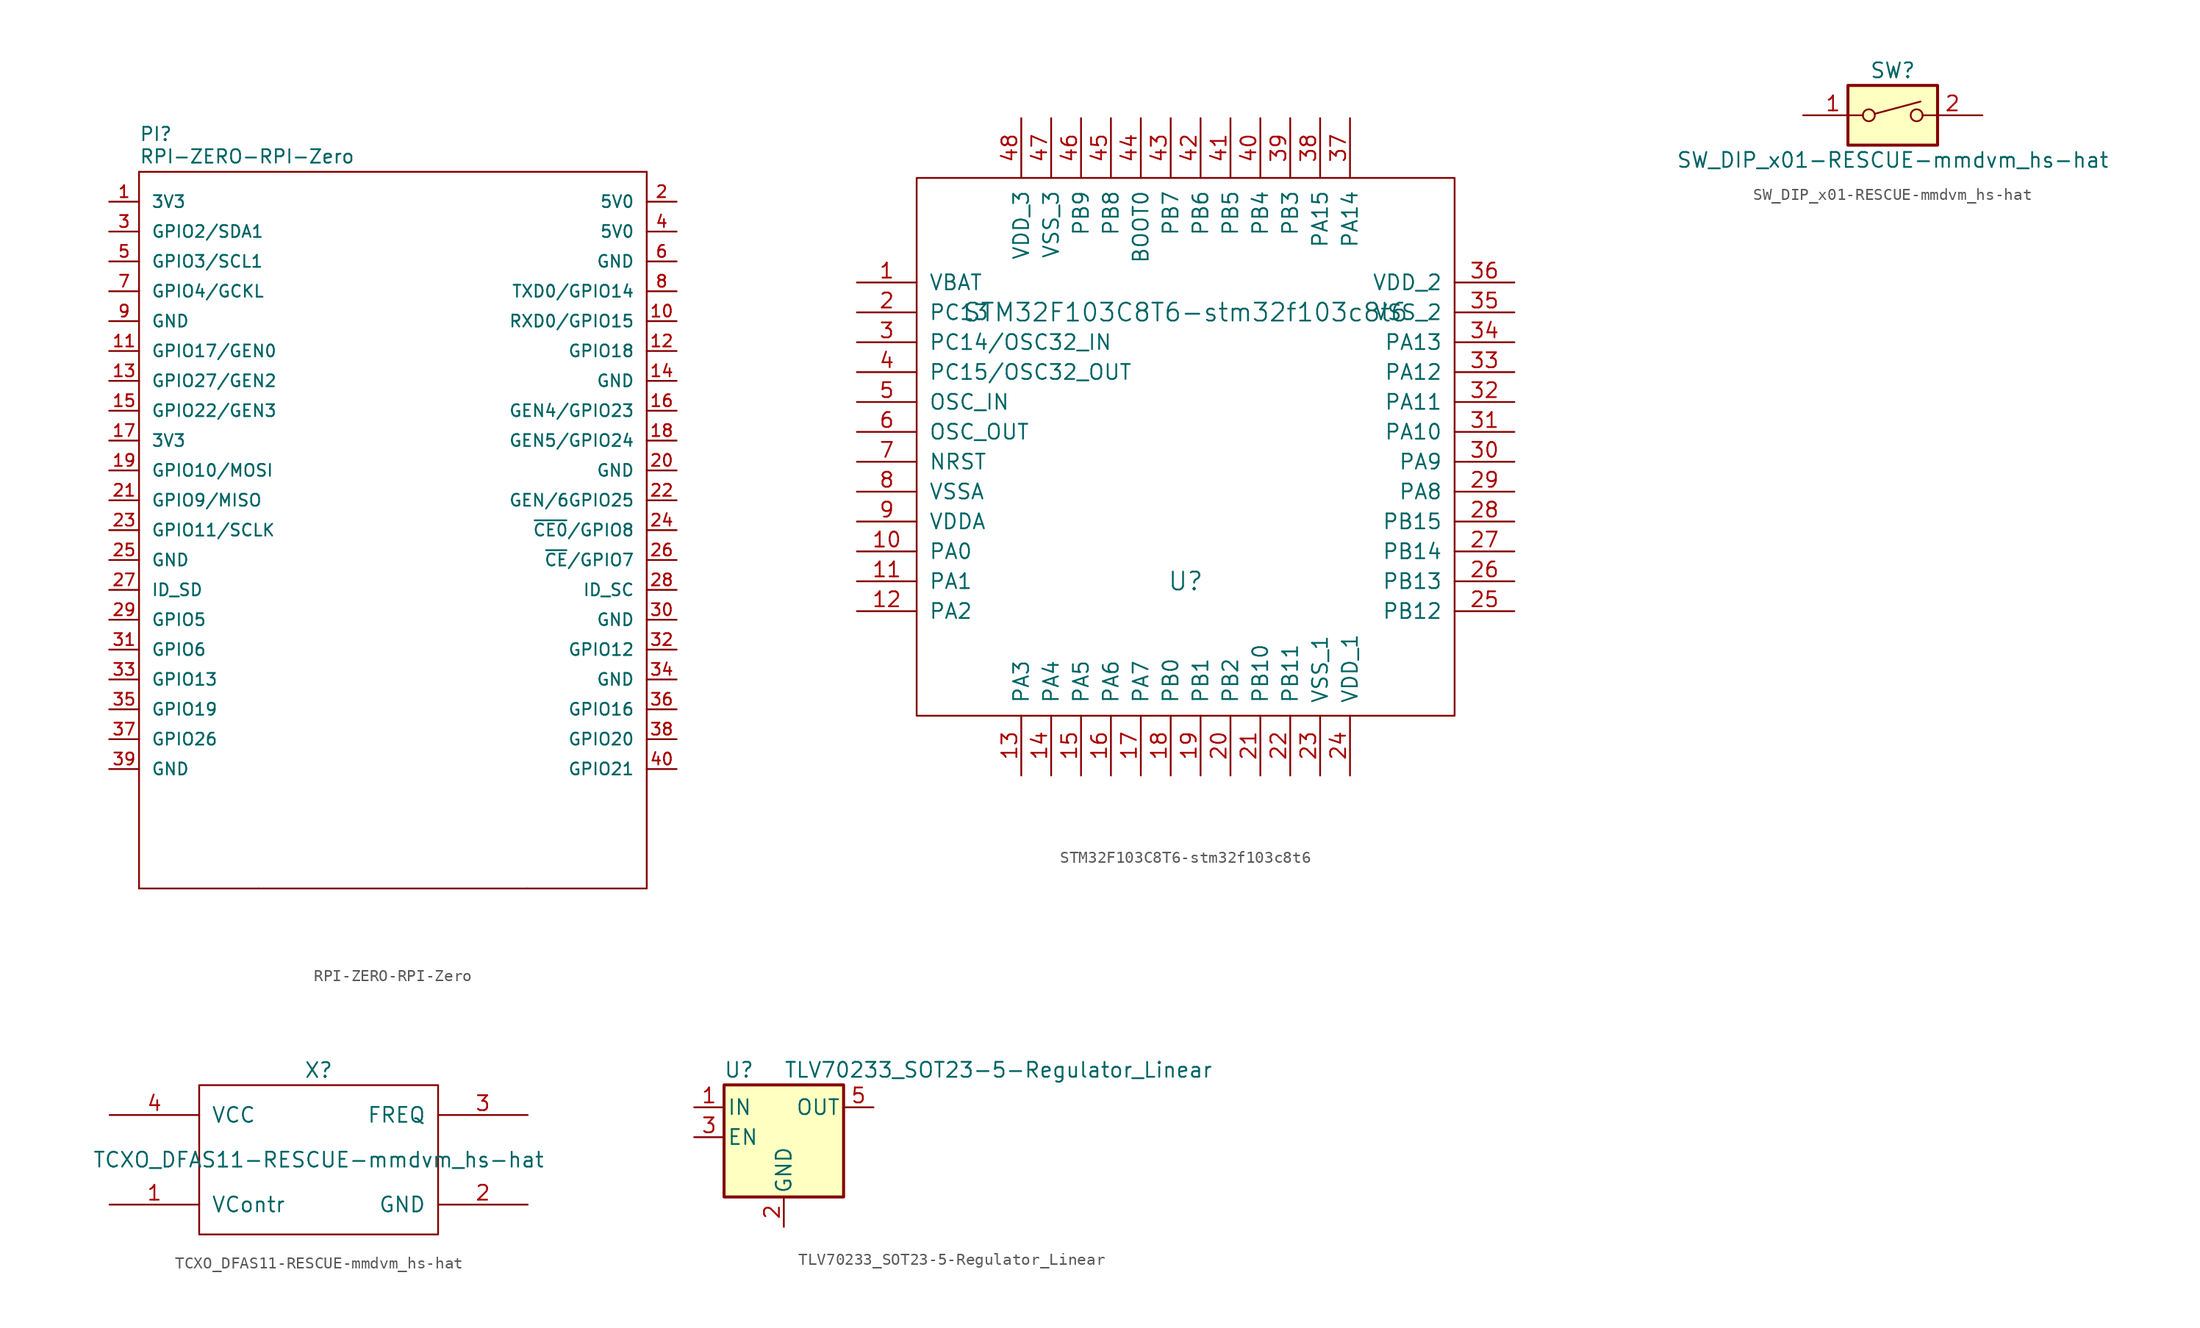
<source format=kicad_sym>
(kicad_symbol_lib
  (version 20220914)
  (generator kicad_symbol_editor)
  (symbol "RPI-ZERO-RPI-Zero"
    (pin_names
      (offset 1.016))
    (property "Reference" "PI"
      (at -20.32 35.56 0)
      (effects (font (size 1.143 1.143)) (justify left bottom)))
    (property "Value" "RPI-ZERO-RPI-Zero"
      (at -20.32 33.655 0)
      (effects (font (size 1.143 1.143)) (justify left bottom)))
    (property "ki_locked" ""
      (at 0 0 0)
      (effects (font (size 1.27 1.27))))
    (symbol "RPI-ZERO-RPI-Zero_1_0"
      (polyline (pts (xy -20.32 -27.94) (xy -20.32 33.02)) (stroke (width 0) (type solid)) (fill (type none)))
      (polyline (pts (xy -20.32 33.02) (xy 22.86 33.02)) (stroke (width 0) (type solid)) (fill (type none)))
      (polyline (pts (xy -10.16 -27.94) (xy -20.32 -27.94)) (stroke (width 0) (type solid)) (fill (type none)))
      (polyline (pts (xy 12.7 -27.94) (xy -10.16 -27.94)) (stroke (width 0) (type solid)) (fill (type none)))
      (polyline (pts (xy 22.86 -27.94) (xy 12.7 -27.94)) (stroke (width 0) (type solid)) (fill (type none)))
      (polyline (pts (xy 22.86 33.02) (xy 22.86 -27.94)) (stroke (width 0) (type solid)) (fill (type none))))
    (symbol "RPI-ZERO-RPI-Zero_1_1"
      (pin power_out line (at -22.86 30.48 0) (length 2.54) (name "3V3" (effects (font (size 1.016 1.016)))) (number "1" (effects (font (size 1.016 1.016)))))
      (pin bidirectional line (at 25.4 20.32 180) (length 2.54) (name "RXD0/GPIO15" (effects (font (size 1.016 1.016)))) (number "10" (effects (font (size 1.016 1.016)))))
      (pin bidirectional line (at -22.86 17.78 0) (length 2.54) (name "GPIO17/GEN0" (effects (font (size 1.016 1.016)))) (number "11" (effects (font (size 1.016 1.016)))))
      (pin bidirectional line (at 25.4 17.78 180) (length 2.54) (name "GPIO18" (effects (font (size 1.016 1.016)))) (number "12" (effects (font (size 1.016 1.016)))))
      (pin bidirectional line (at -22.86 15.24 0) (length 2.54) (name "GPIO27/GEN2" (effects (font (size 1.016 1.016)))) (number "13" (effects (font (size 1.016 1.016)))))
      (pin power_out line (at 25.4 15.24 180) (length 2.54) (name "GND" (effects (font (size 1.016 1.016)))) (number "14" (effects (font (size 1.016 1.016)))))
      (pin bidirectional line (at -22.86 12.7 0) (length 2.54) (name "GPIO22/GEN3" (effects (font (size 1.016 1.016)))) (number "15" (effects (font (size 1.016 1.016)))))
      (pin bidirectional line (at 25.4 12.7 180) (length 2.54) (name "GEN4/GPIO23" (effects (font (size 1.016 1.016)))) (number "16" (effects (font (size 1.016 1.016)))))
      (pin power_out line (at -22.86 10.16 0) (length 2.54) (name "3V3" (effects (font (size 1.016 1.016)))) (number "17" (effects (font (size 1.016 1.016)))))
      (pin bidirectional line (at 25.4 10.16 180) (length 2.54) (name "GEN5/GPIO24" (effects (font (size 1.016 1.016)))) (number "18" (effects (font (size 1.016 1.016)))))
      (pin bidirectional line (at -22.86 7.62 0) (length 2.54) (name "GPIO10/MOSI" (effects (font (size 1.016 1.016)))) (number "19" (effects (font (size 1.016 1.016)))))
      (pin power_out line (at 25.4 30.48 180) (length 2.54) (name "5V0" (effects (font (size 1.016 1.016)))) (number "2" (effects (font (size 1.016 1.016)))))
      (pin power_out line (at 25.4 7.62 180) (length 2.54) (name "GND" (effects (font (size 1.016 1.016)))) (number "20" (effects (font (size 1.016 1.016)))))
      (pin bidirectional line (at -22.86 5.08 0) (length 2.54) (name "GPIO9/MISO" (effects (font (size 1.016 1.016)))) (number "21" (effects (font (size 1.016 1.016)))))
      (pin bidirectional line (at 25.4 5.08 180) (length 2.54) (name "GEN/6GPIO25" (effects (font (size 1.016 1.016)))) (number "22" (effects (font (size 1.016 1.016)))))
      (pin bidirectional line (at -22.86 2.54 0) (length 2.54) (name "GPIO11/SCLK" (effects (font (size 1.016 1.016)))) (number "23" (effects (font (size 1.016 1.016)))))
      (pin bidirectional line (at 25.4 2.54 180) (length 2.54) (name "~{CE0}/GPIO8" (effects (font (size 1.016 1.016)))) (number "24" (effects (font (size 1.016 1.016)))))
      (pin power_out line (at -22.86 0 0) (length 2.54) (name "GND" (effects (font (size 1.016 1.016)))) (number "25" (effects (font (size 1.016 1.016)))))
      (pin bidirectional line (at 25.4 0 180) (length 2.54) (name "~{CE}/GPIO7" (effects (font (size 1.016 1.016)))) (number "26" (effects (font (size 1.016 1.016)))))
      (pin bidirectional line (at -22.86 -2.54 0) (length 2.54) (name "ID_SD" (effects (font (size 1.016 1.016)))) (number "27" (effects (font (size 1.016 1.016)))))
      (pin bidirectional line (at 25.4 -2.54 180) (length 2.54) (name "ID_SC" (effects (font (size 1.016 1.016)))) (number "28" (effects (font (size 1.016 1.016)))))
      (pin bidirectional line (at -22.86 -5.08 0) (length 2.54) (name "GPIO5" (effects (font (size 1.016 1.016)))) (number "29" (effects (font (size 1.016 1.016)))))
      (pin bidirectional line (at -22.86 27.94 0) (length 2.54) (name "GPIO2/SDA1" (effects (font (size 1.016 1.016)))) (number "3" (effects (font (size 1.016 1.016)))))
      (pin power_out line (at 25.4 -5.08 180) (length 2.54) (name "GND" (effects (font (size 1.016 1.016)))) (number "30" (effects (font (size 1.016 1.016)))))
      (pin bidirectional line (at -22.86 -7.62 0) (length 2.54) (name "GPIO6" (effects (font (size 1.016 1.016)))) (number "31" (effects (font (size 1.016 1.016)))))
      (pin bidirectional line (at 25.4 -7.62 180) (length 2.54) (name "GPIO12" (effects (font (size 1.016 1.016)))) (number "32" (effects (font (size 1.016 1.016)))))
      (pin bidirectional line (at -22.86 -10.16 0) (length 2.54) (name "GPIO13" (effects (font (size 1.016 1.016)))) (number "33" (effects (font (size 1.016 1.016)))))
      (pin power_out line (at 25.4 -10.16 180) (length 2.54) (name "GND" (effects (font (size 1.016 1.016)))) (number "34" (effects (font (size 1.016 1.016)))))
      (pin bidirectional line (at -22.86 -12.7 0) (length 2.54) (name "GPIO19" (effects (font (size 1.016 1.016)))) (number "35" (effects (font (size 1.016 1.016)))))
      (pin bidirectional line (at 25.4 -12.7 180) (length 2.54) (name "GPIO16" (effects (font (size 1.016 1.016)))) (number "36" (effects (font (size 1.016 1.016)))))
      (pin bidirectional line (at -22.86 -15.24 0) (length 2.54) (name "GPIO26" (effects (font (size 1.016 1.016)))) (number "37" (effects (font (size 1.016 1.016)))))
      (pin bidirectional line (at 25.4 -15.24 180) (length 2.54) (name "GPIO20" (effects (font (size 1.016 1.016)))) (number "38" (effects (font (size 1.016 1.016)))))
      (pin power_out line (at -22.86 -17.78 0) (length 2.54) (name "GND" (effects (font (size 1.016 1.016)))) (number "39" (effects (font (size 1.016 1.016)))))
      (pin power_out line (at 25.4 27.94 180) (length 2.54) (name "5V0" (effects (font (size 1.016 1.016)))) (number "4" (effects (font (size 1.016 1.016)))))
      (pin bidirectional line (at 25.4 -17.78 180) (length 2.54) (name "GPIO21" (effects (font (size 1.016 1.016)))) (number "40" (effects (font (size 1.016 1.016)))))
      (pin bidirectional line (at -22.86 25.4 0) (length 2.54) (name "GPIO3/SCL1" (effects (font (size 1.016 1.016)))) (number "5" (effects (font (size 1.016 1.016)))))
      (pin power_out line (at 25.4 25.4 180) (length 2.54) (name "GND" (effects (font (size 1.016 1.016)))) (number "6" (effects (font (size 1.016 1.016)))))
      (pin bidirectional line (at -22.86 22.86 0) (length 2.54) (name "GPIO4/GCKL" (effects (font (size 1.016 1.016)))) (number "7" (effects (font (size 1.016 1.016)))))
      (pin bidirectional line (at 25.4 22.86 180) (length 2.54) (name "TXD0/GPIO14" (effects (font (size 1.016 1.016)))) (number "8" (effects (font (size 1.016 1.016)))))
      (pin power_out line (at -22.86 20.32 0) (length 2.54) (name "GND" (effects (font (size 1.016 1.016)))) (number "9" (effects (font (size 1.016 1.016)))))))
  (symbol "STM32F103C8T6-stm32f103c8t6"
    (pin_names
      (offset 1.016))
    (property "Reference" "U"
      (at 0 -11.43 0)
      (effects (font (size 1.524 1.524))))
    (property "Value" "STM32F103C8T6-stm32f103c8t6"
      (at 0 11.43 0)
      (effects (font (size 1.524 1.524))))
    (symbol "STM32F103C8T6-stm32f103c8t6_0_1"
      (rectangle (start -22.86 22.86) (end 22.86 -22.86) (stroke (width 0) (type solid)) (fill (type none))))
    (symbol "STM32F103C8T6-stm32f103c8t6_1_1"
      (pin input line (at -27.94 13.97 0) (length 5.08) (name "VBAT" (effects (font (size 1.27 1.27)))) (number "1" (effects (font (size 1.27 1.27)))))
      (pin input line (at -27.94 -8.89 0) (length 5.08) (name "PA0" (effects (font (size 1.27 1.27)))) (number "10" (effects (font (size 1.27 1.27)))))
      (pin input line (at -27.94 -11.43 0) (length 5.08) (name "PA1" (effects (font (size 1.27 1.27)))) (number "11" (effects (font (size 1.27 1.27)))))
      (pin input line (at -27.94 -13.97 0) (length 5.08) (name "PA2" (effects (font (size 1.27 1.27)))) (number "12" (effects (font (size 1.27 1.27)))))
      (pin input line (at -13.97 -27.94 90) (length 5.08) (name "PA3" (effects (font (size 1.27 1.27)))) (number "13" (effects (font (size 1.27 1.27)))))
      (pin input line (at -11.43 -27.94 90) (length 5.08) (name "PA4" (effects (font (size 1.27 1.27)))) (number "14" (effects (font (size 1.27 1.27)))))
      (pin input line (at -8.89 -27.94 90) (length 5.08) (name "PA5" (effects (font (size 1.27 1.27)))) (number "15" (effects (font (size 1.27 1.27)))))
      (pin input line (at -6.35 -27.94 90) (length 5.08) (name "PA6" (effects (font (size 1.27 1.27)))) (number "16" (effects (font (size 1.27 1.27)))))
      (pin input line (at -3.81 -27.94 90) (length 5.08) (name "PA7" (effects (font (size 1.27 1.27)))) (number "17" (effects (font (size 1.27 1.27)))))
      (pin input line (at -1.27 -27.94 90) (length 5.08) (name "PB0" (effects (font (size 1.27 1.27)))) (number "18" (effects (font (size 1.27 1.27)))))
      (pin input line (at 1.27 -27.94 90) (length 5.08) (name "PB1" (effects (font (size 1.27 1.27)))) (number "19" (effects (font (size 1.27 1.27)))))
      (pin input line (at -27.94 11.43 0) (length 5.08) (name "PC13" (effects (font (size 1.27 1.27)))) (number "2" (effects (font (size 1.27 1.27)))))
      (pin input line (at 3.81 -27.94 90) (length 5.08) (name "PB2" (effects (font (size 1.27 1.27)))) (number "20" (effects (font (size 1.27 1.27)))))
      (pin input line (at 6.35 -27.94 90) (length 5.08) (name "PB10" (effects (font (size 1.27 1.27)))) (number "21" (effects (font (size 1.27 1.27)))))
      (pin input line (at 8.89 -27.94 90) (length 5.08) (name "PB11" (effects (font (size 1.27 1.27)))) (number "22" (effects (font (size 1.27 1.27)))))
      (pin input line (at 11.43 -27.94 90) (length 5.08) (name "VSS_1" (effects (font (size 1.27 1.27)))) (number "23" (effects (font (size 1.27 1.27)))))
      (pin input line (at 13.97 -27.94 90) (length 5.08) (name "VDD_1" (effects (font (size 1.27 1.27)))) (number "24" (effects (font (size 1.27 1.27)))))
      (pin input line (at 27.94 -13.97 180) (length 5.08) (name "PB12" (effects (font (size 1.27 1.27)))) (number "25" (effects (font (size 1.27 1.27)))))
      (pin input line (at 27.94 -11.43 180) (length 5.08) (name "PB13" (effects (font (size 1.27 1.27)))) (number "26" (effects (font (size 1.27 1.27)))))
      (pin input line (at 27.94 -8.89 180) (length 5.08) (name "PB14" (effects (font (size 1.27 1.27)))) (number "27" (effects (font (size 1.27 1.27)))))
      (pin input line (at 27.94 -6.35 180) (length 5.08) (name "PB15" (effects (font (size 1.27 1.27)))) (number "28" (effects (font (size 1.27 1.27)))))
      (pin input line (at 27.94 -3.81 180) (length 5.08) (name "PA8" (effects (font (size 1.27 1.27)))) (number "29" (effects (font (size 1.27 1.27)))))
      (pin input line (at -27.94 8.89 0) (length 5.08) (name "PC14/OSC32_IN" (effects (font (size 1.27 1.27)))) (number "3" (effects (font (size 1.27 1.27)))))
      (pin input line (at 27.94 -1.27 180) (length 5.08) (name "PA9" (effects (font (size 1.27 1.27)))) (number "30" (effects (font (size 1.27 1.27)))))
      (pin input line (at 27.94 1.27 180) (length 5.08) (name "PA10" (effects (font (size 1.27 1.27)))) (number "31" (effects (font (size 1.27 1.27)))))
      (pin input line (at 27.94 3.81 180) (length 5.08) (name "PA11" (effects (font (size 1.27 1.27)))) (number "32" (effects (font (size 1.27 1.27)))))
      (pin input line (at 27.94 6.35 180) (length 5.08) (name "PA12" (effects (font (size 1.27 1.27)))) (number "33" (effects (font (size 1.27 1.27)))))
      (pin input line (at 27.94 8.89 180) (length 5.08) (name "PA13" (effects (font (size 1.27 1.27)))) (number "34" (effects (font (size 1.27 1.27)))))
      (pin input line (at 27.94 11.43 180) (length 5.08) (name "VSS_2" (effects (font (size 1.27 1.27)))) (number "35" (effects (font (size 1.27 1.27)))))
      (pin input line (at 27.94 13.97 180) (length 5.08) (name "VDD_2" (effects (font (size 1.27 1.27)))) (number "36" (effects (font (size 1.27 1.27)))))
      (pin input line (at 13.97 27.94 270) (length 5.08) (name "PA14" (effects (font (size 1.27 1.27)))) (number "37" (effects (font (size 1.27 1.27)))))
      (pin input line (at 11.43 27.94 270) (length 5.08) (name "PA15" (effects (font (size 1.27 1.27)))) (number "38" (effects (font (size 1.27 1.27)))))
      (pin input line (at 8.89 27.94 270) (length 5.08) (name "PB3" (effects (font (size 1.27 1.27)))) (number "39" (effects (font (size 1.27 1.27)))))
      (pin input line (at -27.94 6.35 0) (length 5.08) (name "PC15/OSC32_OUT" (effects (font (size 1.27 1.27)))) (number "4" (effects (font (size 1.27 1.27)))))
      (pin input line (at 6.35 27.94 270) (length 5.08) (name "PB4" (effects (font (size 1.27 1.27)))) (number "40" (effects (font (size 1.27 1.27)))))
      (pin input line (at 3.81 27.94 270) (length 5.08) (name "PB5" (effects (font (size 1.27 1.27)))) (number "41" (effects (font (size 1.27 1.27)))))
      (pin input line (at 1.27 27.94 270) (length 5.08) (name "PB6" (effects (font (size 1.27 1.27)))) (number "42" (effects (font (size 1.27 1.27)))))
      (pin input line (at -1.27 27.94 270) (length 5.08) (name "PB7" (effects (font (size 1.27 1.27)))) (number "43" (effects (font (size 1.27 1.27)))))
      (pin input line (at -3.81 27.94 270) (length 5.08) (name "BOOT0" (effects (font (size 1.27 1.27)))) (number "44" (effects (font (size 1.27 1.27)))))
      (pin input line (at -6.35 27.94 270) (length 5.08) (name "PB8" (effects (font (size 1.27 1.27)))) (number "45" (effects (font (size 1.27 1.27)))))
      (pin input line (at -8.89 27.94 270) (length 5.08) (name "PB9" (effects (font (size 1.27 1.27)))) (number "46" (effects (font (size 1.27 1.27)))))
      (pin input line (at -11.43 27.94 270) (length 5.08) (name "VSS_3" (effects (font (size 1.27 1.27)))) (number "47" (effects (font (size 1.27 1.27)))))
      (pin input line (at -13.97 27.94 270) (length 5.08) (name "VDD_3" (effects (font (size 1.27 1.27)))) (number "48" (effects (font (size 1.27 1.27)))))
      (pin input line (at -27.94 3.81 0) (length 5.08) (name "OSC_IN" (effects (font (size 1.27 1.27)))) (number "5" (effects (font (size 1.27 1.27)))))
      (pin input line (at -27.94 1.27 0) (length 5.08) (name "OSC_OUT" (effects (font (size 1.27 1.27)))) (number "6" (effects (font (size 1.27 1.27)))))
      (pin input line (at -27.94 -1.27 0) (length 5.08) (name "NRST" (effects (font (size 1.27 1.27)))) (number "7" (effects (font (size 1.27 1.27)))))
      (pin input line (at -27.94 -3.81 0) (length 5.08) (name "VSSA" (effects (font (size 1.27 1.27)))) (number "8" (effects (font (size 1.27 1.27)))))
      (pin input line (at -27.94 -6.35 0) (length 5.08) (name "VDDA" (effects (font (size 1.27 1.27)))) (number "9" (effects (font (size 1.27 1.27)))))))
  (symbol "SW_DIP_x01-RESCUE-mmdvm_hs-hat"
    (pin_names
      (offset 0) hide)
    (property "Reference" "SW"
      (at 0 3.81 0)
      (effects (font (size 1.27 1.27))))
    (property "Value" "SW_DIP_x01-RESCUE-mmdvm_hs-hat"
      (at 0 -3.81 0)
      (effects (font (size 1.27 1.27))))
    (symbol "SW_DIP_x01-RESCUE-mmdvm_hs-hat_0_0"
      (circle (center -2.032 0) (radius 0.508) (stroke (width 0) (type solid)) (fill (type none)))
      (polyline (pts (xy -1.524 0.127) (xy 2.362 1.168)) (stroke (width 0) (type solid)) (fill (type none)))
      (circle (center 2.032 0) (radius 0.508) (stroke (width 0) (type solid)) (fill (type none))))
    (symbol "SW_DIP_x01-RESCUE-mmdvm_hs-hat_0_1"
      (rectangle (start -3.81 2.54) (end 3.81 -2.54) (stroke (width 0.254) (type solid)) (fill (type background))))
    (symbol "SW_DIP_x01-RESCUE-mmdvm_hs-hat_1_1"
      (pin input line (at -7.62 0 0) (length 5.08) (name "~" (effects (font (size 1.27 1.27)))) (number "1" (effects (font (size 1.27 1.27)))))
      (pin input line (at 7.62 0 180) (length 5.08) (name "~" (effects (font (size 1.27 1.27)))) (number "2" (effects (font (size 1.27 1.27)))))))
  (symbol "TCXO_DFAS11-RESCUE-mmdvm_hs-hat"
    (pin_names
      (offset 1.016))
    (property "Reference" "X"
      (at 0 7.62 0)
      (effects (font (size 1.27 1.27))))
    (property "Value" "TCXO_DFAS11-RESCUE-mmdvm_hs-hat"
      (at 0 0 0)
      (effects (font (size 1.27 1.27))))
    (property "Footprint" ""
      (at 0 0 0)
      (effects (font (size 1.27 1.27))))
    (property "Datasheet" ""
      (at 0 0 0)
      (effects (font (size 1.27 1.27))))
    (symbol "TCXO_DFAS11-RESCUE-mmdvm_hs-hat_0_1"
      (rectangle (start -10.16 -6.35) (end 10.16 6.35) (stroke (width 0) (type solid)) (fill (type none))))
    (symbol "TCXO_DFAS11-RESCUE-mmdvm_hs-hat_1_1"
      (pin passive line (at -17.78 -3.81 0) (length 7.62) (name "VContr" (effects (font (size 1.27 1.27)))) (number "1" (effects (font (size 1.27 1.27)))))
      (pin passive line (at 17.78 -3.81 180) (length 7.62) (name "GND" (effects (font (size 1.27 1.27)))) (number "2" (effects (font (size 1.27 1.27)))))
      (pin output line (at 17.78 3.81 180) (length 7.62) (name "FREQ" (effects (font (size 1.27 1.27)))) (number "3" (effects (font (size 1.27 1.27)))))
      (pin power_in line (at -17.78 3.81 0) (length 7.62) (name "VCC" (effects (font (size 1.27 1.27)))) (number "4" (effects (font (size 1.27 1.27)))))))
  (symbol "TLV70233_SOT23-5-Regulator_Linear"
    (pin_names
      (offset 0.254))
    (property "Reference" "U"
      (at -3.81 5.715 0)
      (effects (font (size 1.27 1.27))))
    (property "Value" "TLV70233_SOT23-5-Regulator_Linear"
      (at 0 5.715 0)
      (effects (font (size 1.27 1.27)) (justify left)))
    (symbol "TLV70233_SOT23-5-Regulator_Linear_0_1"
      (rectangle (start -5.08 4.445) (end 5.08 -5.08) (stroke (width 0.254) (type solid)) (fill (type background))))
    (symbol "TLV70233_SOT23-5-Regulator_Linear_1_1"
      (pin power_in line (at -7.62 2.54 0) (length 2.54) (name "IN" (effects (font (size 1.27 1.27)))) (number "1" (effects (font (size 1.27 1.27)))))
      (pin power_in line (at 0 -7.62 90) (length 2.54) (name "GND" (effects (font (size 1.27 1.27)))) (number "2" (effects (font (size 1.27 1.27)))))
      (pin input line (at -7.62 0 0) (length 2.54) (name "EN" (effects (font (size 1.27 1.27)))) (number "3" (effects (font (size 1.27 1.27)))))
      (pin no_connect line (at 7.62 0 180) (length 2.54) hide (name "NC" (effects (font (size 1.27 1.27)))) (number "4" (effects (font (size 1.27 1.27)))))
      (pin power_out line (at 7.62 2.54 180) (length 2.54) (name "OUT" (effects (font (size 1.27 1.27)))) (number "5" (effects (font (size 1.27 1.27))))))))
</source>
